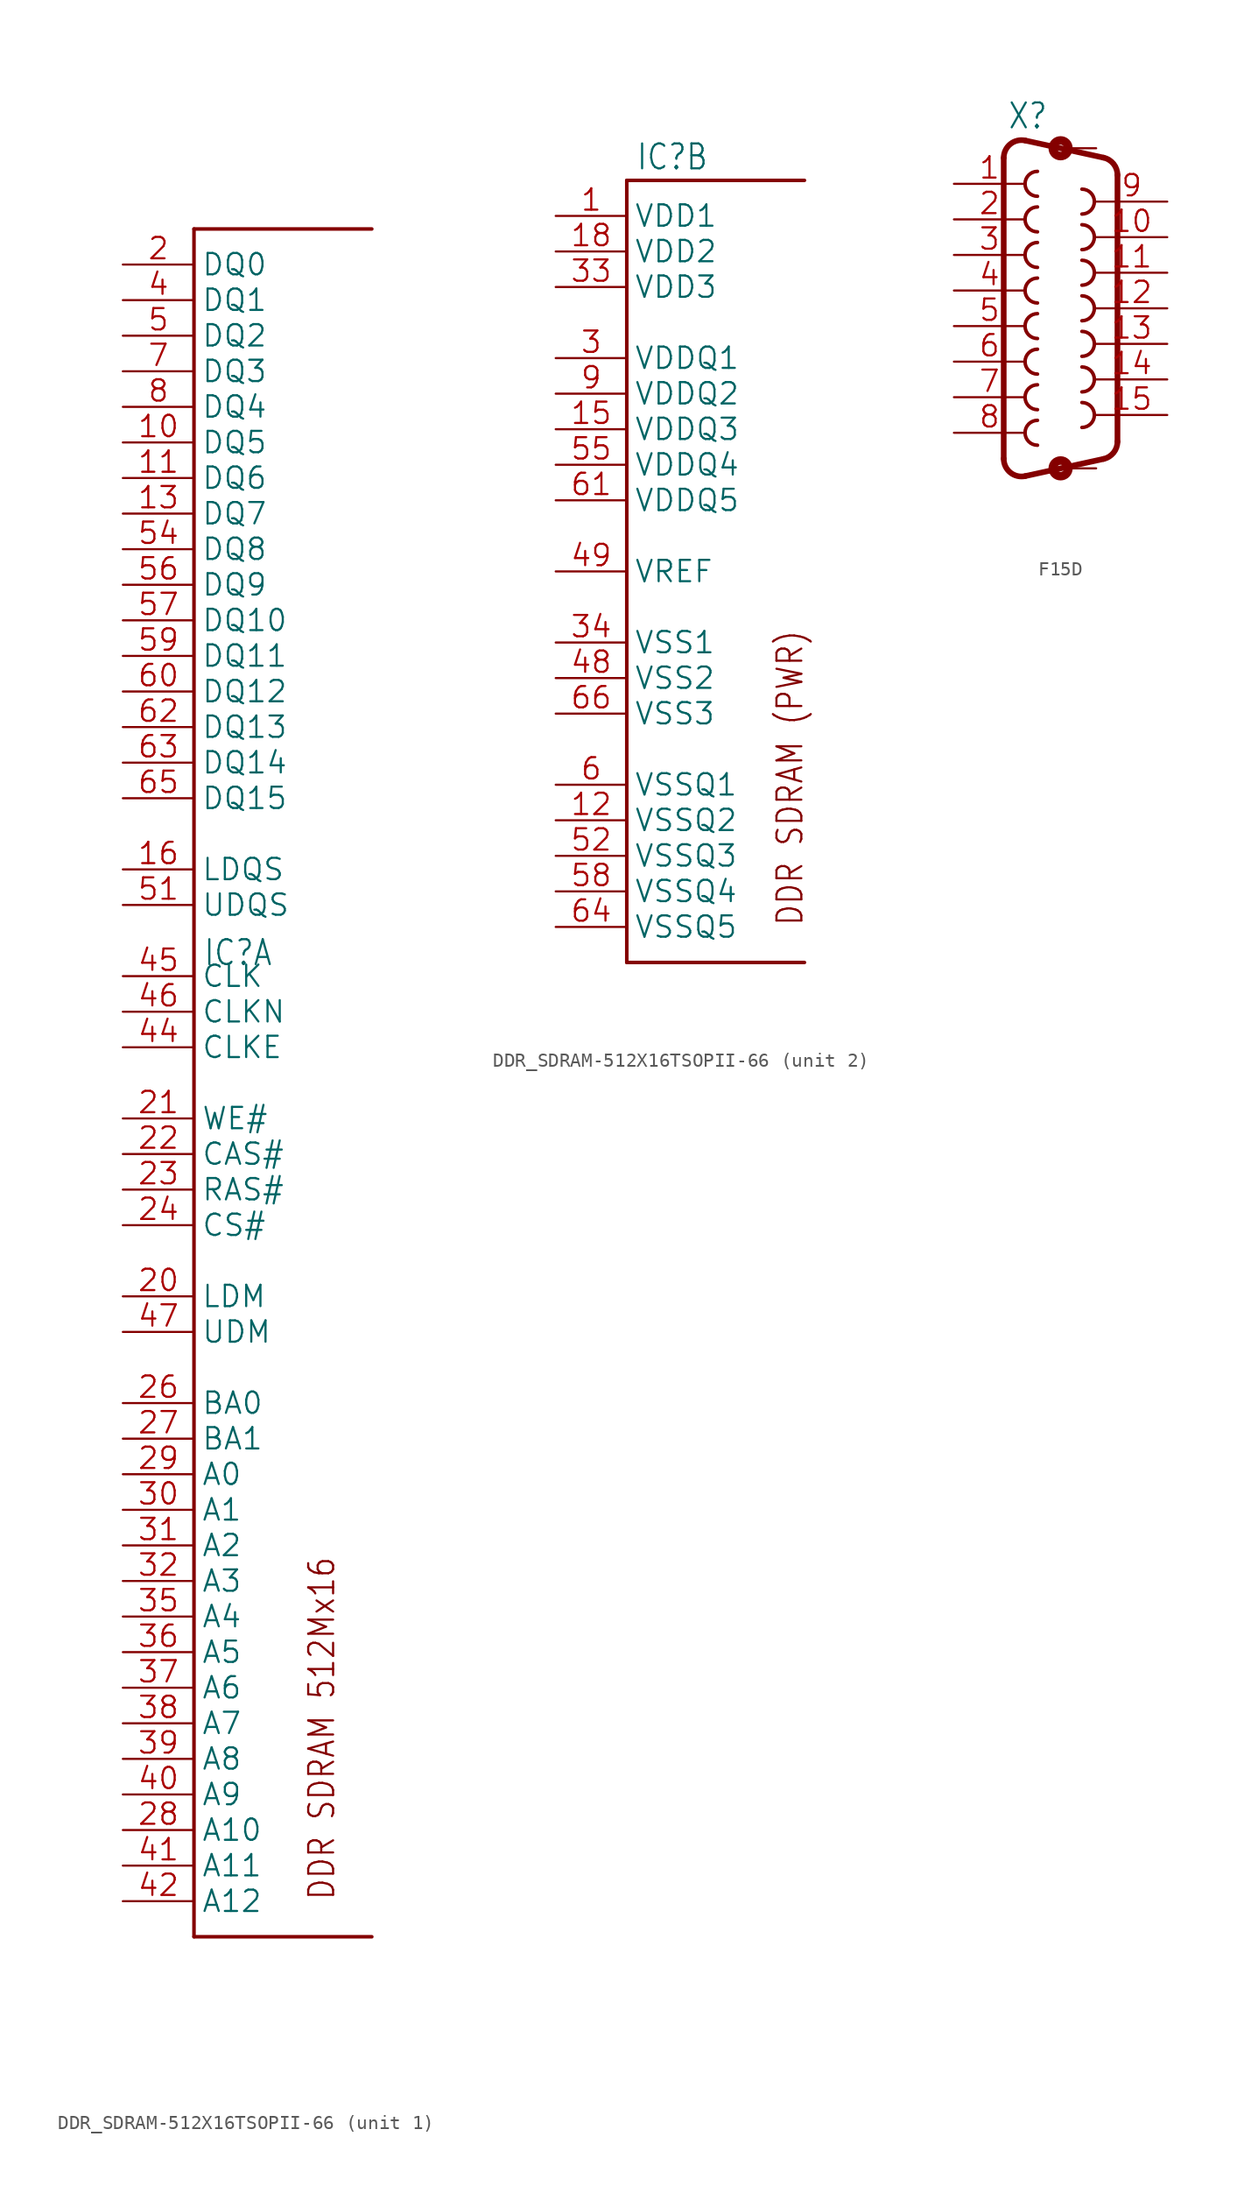
<source format=kicad_sym>
(kicad_symbol_lib
  (version 20241209)
  (generator "kicad_symbol_editor")
  (generator_version "9.0")
  (symbol "DDR_SDRAM-512X16TSOPII-66"
    (property "Reference" "IC"
      (at 0.635 28.575 0)
      (effects (font (size 1.778 1.511)) (justify left bottom)))
    (property "ki_locked" ""
      (at 0 0 0)
      (effects (font (size 1.27 1.27))))
    (symbol "DDR_SDRAM-512X16TSOPII-66_1_0"
      (polyline (pts (xy 0 81.28) (xy 0 -40.64)) (stroke (width 0.254) (type solid)) (fill (type none)))
      (polyline (pts (xy 0 -40.64) (xy 12.7 -40.64)) (stroke (width 0.254) (type solid)) (fill (type none)))
      (polyline (pts (xy 12.7 81.28) (xy 0 81.28)) (stroke (width 0.254) (type solid)) (fill (type none)))
      (text "DDR SDRAM 512Mx16" (at 10.16 -38.1 900) (effects (font (size 1.778 1.511)) (justify left bottom)))
      (pin bidirectional line (at -5.08 78.74 0) (length 5.08) (name "DQ0" (effects (font (size 1.524 1.524)))) (number "2" (effects (font (size 1.524 1.524)))))
      (pin bidirectional line (at -5.08 76.2 0) (length 5.08) (name "DQ1" (effects (font (size 1.524 1.524)))) (number "4" (effects (font (size 1.524 1.524)))))
      (pin bidirectional line (at -5.08 73.66 0) (length 5.08) (name "DQ2" (effects (font (size 1.524 1.524)))) (number "5" (effects (font (size 1.524 1.524)))))
      (pin bidirectional line (at -5.08 71.12 0) (length 5.08) (name "DQ3" (effects (font (size 1.524 1.524)))) (number "7" (effects (font (size 1.524 1.524)))))
      (pin bidirectional line (at -5.08 68.58 0) (length 5.08) (name "DQ4" (effects (font (size 1.524 1.524)))) (number "8" (effects (font (size 1.524 1.524)))))
      (pin bidirectional line (at -5.08 66.04 0) (length 5.08) (name "DQ5" (effects (font (size 1.524 1.524)))) (number "10" (effects (font (size 1.524 1.524)))))
      (pin bidirectional line (at -5.08 63.5 0) (length 5.08) (name "DQ6" (effects (font (size 1.524 1.524)))) (number "11" (effects (font (size 1.524 1.524)))))
      (pin bidirectional line (at -5.08 60.96 0) (length 5.08) (name "DQ7" (effects (font (size 1.524 1.524)))) (number "13" (effects (font (size 1.524 1.524)))))
      (pin bidirectional line (at -5.08 58.42 0) (length 5.08) (name "DQ8" (effects (font (size 1.524 1.524)))) (number "54" (effects (font (size 1.524 1.524)))))
      (pin bidirectional line (at -5.08 55.88 0) (length 5.08) (name "DQ9" (effects (font (size 1.524 1.524)))) (number "56" (effects (font (size 1.524 1.524)))))
      (pin bidirectional line (at -5.08 53.34 0) (length 5.08) (name "DQ10" (effects (font (size 1.524 1.524)))) (number "57" (effects (font (size 1.524 1.524)))))
      (pin bidirectional line (at -5.08 50.8 0) (length 5.08) (name "DQ11" (effects (font (size 1.524 1.524)))) (number "59" (effects (font (size 1.524 1.524)))))
      (pin bidirectional line (at -5.08 48.26 0) (length 5.08) (name "DQ12" (effects (font (size 1.524 1.524)))) (number "60" (effects (font (size 1.524 1.524)))))
      (pin bidirectional line (at -5.08 45.72 0) (length 5.08) (name "DQ13" (effects (font (size 1.524 1.524)))) (number "62" (effects (font (size 1.524 1.524)))))
      (pin bidirectional line (at -5.08 43.18 0) (length 5.08) (name "DQ14" (effects (font (size 1.524 1.524)))) (number "63" (effects (font (size 1.524 1.524)))))
      (pin bidirectional line (at -5.08 40.64 0) (length 5.08) (name "DQ15" (effects (font (size 1.524 1.524)))) (number "65" (effects (font (size 1.524 1.524)))))
      (pin bidirectional line (at -5.08 35.56 0) (length 5.08) (name "LDQS" (effects (font (size 1.524 1.524)))) (number "16" (effects (font (size 1.524 1.524)))))
      (pin bidirectional line (at -5.08 33.02 0) (length 5.08) (name "UDQS" (effects (font (size 1.524 1.524)))) (number "51" (effects (font (size 1.524 1.524)))))
      (pin bidirectional line (at -5.08 27.94 0) (length 5.08) (name "CLK" (effects (font (size 1.524 1.524)))) (number "45" (effects (font (size 1.524 1.524)))))
      (pin bidirectional line (at -5.08 25.4 0) (length 5.08) (name "CLKN" (effects (font (size 1.524 1.524)))) (number "46" (effects (font (size 1.524 1.524)))))
      (pin bidirectional line (at -5.08 22.86 0) (length 5.08) (name "CLKE" (effects (font (size 1.524 1.524)))) (number "44" (effects (font (size 1.524 1.524)))))
      (pin bidirectional line (at -5.08 17.78 0) (length 5.08) (name "WE#" (effects (font (size 1.524 1.524)))) (number "21" (effects (font (size 1.524 1.524)))))
      (pin bidirectional line (at -5.08 15.24 0) (length 5.08) (name "CAS#" (effects (font (size 1.524 1.524)))) (number "22" (effects (font (size 1.524 1.524)))))
      (pin bidirectional line (at -5.08 12.7 0) (length 5.08) (name "RAS#" (effects (font (size 1.524 1.524)))) (number "23" (effects (font (size 1.524 1.524)))))
      (pin bidirectional line (at -5.08 10.16 0) (length 5.08) (name "CS#" (effects (font (size 1.524 1.524)))) (number "24" (effects (font (size 1.524 1.524)))))
      (pin bidirectional line (at -5.08 5.08 0) (length 5.08) (name "LDM" (effects (font (size 1.524 1.524)))) (number "20" (effects (font (size 1.524 1.524)))))
      (pin bidirectional line (at -5.08 2.54 0) (length 5.08) (name "UDM" (effects (font (size 1.524 1.524)))) (number "47" (effects (font (size 1.524 1.524)))))
      (pin bidirectional line (at -5.08 -2.54 0) (length 5.08) (name "BA0" (effects (font (size 1.524 1.524)))) (number "26" (effects (font (size 1.524 1.524)))))
      (pin bidirectional line (at -5.08 -5.08 0) (length 5.08) (name "BA1" (effects (font (size 1.524 1.524)))) (number "27" (effects (font (size 1.524 1.524)))))
      (pin bidirectional line (at -5.08 -7.62 0) (length 5.08) (name "A0" (effects (font (size 1.524 1.524)))) (number "29" (effects (font (size 1.524 1.524)))))
      (pin bidirectional line (at -5.08 -10.16 0) (length 5.08) (name "A1" (effects (font (size 1.524 1.524)))) (number "30" (effects (font (size 1.524 1.524)))))
      (pin bidirectional line (at -5.08 -12.7 0) (length 5.08) (name "A2" (effects (font (size 1.524 1.524)))) (number "31" (effects (font (size 1.524 1.524)))))
      (pin bidirectional line (at -5.08 -15.24 0) (length 5.08) (name "A3" (effects (font (size 1.524 1.524)))) (number "32" (effects (font (size 1.524 1.524)))))
      (pin bidirectional line (at -5.08 -17.78 0) (length 5.08) (name "A4" (effects (font (size 1.524 1.524)))) (number "35" (effects (font (size 1.524 1.524)))))
      (pin bidirectional line (at -5.08 -20.32 0) (length 5.08) (name "A5" (effects (font (size 1.524 1.524)))) (number "36" (effects (font (size 1.524 1.524)))))
      (pin bidirectional line (at -5.08 -22.86 0) (length 5.08) (name "A6" (effects (font (size 1.524 1.524)))) (number "37" (effects (font (size 1.524 1.524)))))
      (pin bidirectional line (at -5.08 -25.4 0) (length 5.08) (name "A7" (effects (font (size 1.524 1.524)))) (number "38" (effects (font (size 1.524 1.524)))))
      (pin bidirectional line (at -5.08 -27.94 0) (length 5.08) (name "A8" (effects (font (size 1.524 1.524)))) (number "39" (effects (font (size 1.524 1.524)))))
      (pin bidirectional line (at -5.08 -30.48 0) (length 5.08) (name "A9" (effects (font (size 1.524 1.524)))) (number "40" (effects (font (size 1.524 1.524)))))
      (pin bidirectional line (at -5.08 -33.02 0) (length 5.08) (name "A10" (effects (font (size 1.524 1.524)))) (number "28" (effects (font (size 1.524 1.524)))))
      (pin bidirectional line (at -5.08 -35.56 0) (length 5.08) (name "A11" (effects (font (size 1.524 1.524)))) (number "41" (effects (font (size 1.524 1.524)))))
      (pin bidirectional line (at -5.08 -38.1 0) (length 5.08) (name "A12" (effects (font (size 1.524 1.524)))) (number "42" (effects (font (size 1.524 1.524))))))
    (symbol "DDR_SDRAM-512X16TSOPII-66_2_0"
      (polyline (pts (xy 0 27.94) (xy 12.7 27.94)) (stroke (width 0.254) (type solid)) (fill (type none)))
      (polyline (pts (xy 0 -27.94) (xy 0 27.94)) (stroke (width 0.254) (type solid)) (fill (type none)))
      (polyline (pts (xy 0 -27.94) (xy 12.7 -27.94)) (stroke (width 0.254) (type solid)) (fill (type none)))
      (text "DDR SDRAM (PWR)" (at 12.7 -25.4 900) (effects (font (size 1.778 1.511)) (justify left bottom)))
      (pin bidirectional line (at -5.08 25.4 0) (length 5.08) (name "VDD1" (effects (font (size 1.524 1.524)))) (number "1" (effects (font (size 1.524 1.524)))))
      (pin bidirectional line (at -5.08 22.86 0) (length 5.08) (name "VDD2" (effects (font (size 1.524 1.524)))) (number "18" (effects (font (size 1.524 1.524)))))
      (pin bidirectional line (at -5.08 20.32 0) (length 5.08) (name "VDD3" (effects (font (size 1.524 1.524)))) (number "33" (effects (font (size 1.524 1.524)))))
      (pin bidirectional line (at -5.08 15.24 0) (length 5.08) (name "VDDQ1" (effects (font (size 1.524 1.524)))) (number "3" (effects (font (size 1.524 1.524)))))
      (pin bidirectional line (at -5.08 12.7 0) (length 5.08) (name "VDDQ2" (effects (font (size 1.524 1.524)))) (number "9" (effects (font (size 1.524 1.524)))))
      (pin bidirectional line (at -5.08 10.16 0) (length 5.08) (name "VDDQ3" (effects (font (size 1.524 1.524)))) (number "15" (effects (font (size 1.524 1.524)))))
      (pin bidirectional line (at -5.08 7.62 0) (length 5.08) (name "VDDQ4" (effects (font (size 1.524 1.524)))) (number "55" (effects (font (size 1.524 1.524)))))
      (pin bidirectional line (at -5.08 5.08 0) (length 5.08) (name "VDDQ5" (effects (font (size 1.524 1.524)))) (number "61" (effects (font (size 1.524 1.524)))))
      (pin bidirectional line (at -5.08 0 0) (length 5.08) (name "VREF" (effects (font (size 1.524 1.524)))) (number "49" (effects (font (size 1.524 1.524)))))
      (pin bidirectional line (at -5.08 -5.08 0) (length 5.08) (name "VSS1" (effects (font (size 1.524 1.524)))) (number "34" (effects (font (size 1.524 1.524)))))
      (pin bidirectional line (at -5.08 -7.62 0) (length 5.08) (name "VSS2" (effects (font (size 1.524 1.524)))) (number "48" (effects (font (size 1.524 1.524)))))
      (pin bidirectional line (at -5.08 -10.16 0) (length 5.08) (name "VSS3" (effects (font (size 1.524 1.524)))) (number "66" (effects (font (size 1.524 1.524)))))
      (pin bidirectional line (at -5.08 -15.24 0) (length 5.08) (name "VSSQ1" (effects (font (size 1.524 1.524)))) (number "6" (effects (font (size 1.524 1.524)))))
      (pin bidirectional line (at -5.08 -17.78 0) (length 5.08) (name "VSSQ2" (effects (font (size 1.524 1.524)))) (number "12" (effects (font (size 1.524 1.524)))))
      (pin bidirectional line (at -5.08 -20.32 0) (length 5.08) (name "VSSQ3" (effects (font (size 1.524 1.524)))) (number "52" (effects (font (size 1.524 1.524)))))
      (pin bidirectional line (at -5.08 -22.86 0) (length 5.08) (name "VSSQ4" (effects (font (size 1.524 1.524)))) (number "58" (effects (font (size 1.524 1.524)))))
      (pin bidirectional line (at -5.08 -25.4 0) (length 5.08) (name "VSSQ5" (effects (font (size 1.524 1.524)))) (number "64" (effects (font (size 1.524 1.524)))))))
  (symbol "F15D"
    (property "Reference" "X"
      (at -3.81 11.43 0)
      (effects (font (size 1.778 1.511)) (justify left bottom)))
    (property "Value" ""
      (at -4.445 -15.875 0)
      (effects (font (size 1.778 1.511)) (justify left bottom)))
    (property "ki_locked" ""
      (at 0 0 0)
      (effects (font (size 1.27 1.27))))
    (symbol "F15D_1_0"
      (polyline (pts (xy -4.064 -12.011) (xy -4.064 9.471)) (stroke (width 0.406) (type solid)) (fill (type none)))
      (arc (start -2.5225 -13.252) (mid -3.5903 -13.0006) (end -4.064 -12.0112) (stroke (width 0.4064) (type solid)) (fill (type none)))
      (arc (start -4.064 9.4712) (mid -3.5902 10.4605) (end -2.5225 10.7119) (stroke (width 0.4064) (type solid)) (fill (type none)))
      (polyline (pts (xy -2.523 10.712) (xy 3.065 9.489)) (stroke (width 0.406) (type solid)) (fill (type none)))
      (polyline (pts (xy -2.523 -13.252) (xy 3.065 -12.029)) (stroke (width 0.406) (type solid)) (fill (type none)))
      (arc (start -1.651 6.731) (mid -2.54 7.62) (end -1.651 8.509) (stroke (width 0.254) (type solid)) (fill (type none)))
      (arc (start -1.651 4.191) (mid -2.54 5.08) (end -1.651 5.969) (stroke (width 0.254) (type solid)) (fill (type none)))
      (arc (start -1.651 1.651) (mid -2.54 2.54) (end -1.651 3.429) (stroke (width 0.254) (type solid)) (fill (type none)))
      (arc (start -1.651 -0.889) (mid -2.54 0) (end -1.651 0.889) (stroke (width 0.254) (type solid)) (fill (type none)))
      (arc (start -1.651 -3.429) (mid -2.54 -2.54) (end -1.651 -1.651) (stroke (width 0.254) (type solid)) (fill (type none)))
      (arc (start -1.651 -5.969) (mid -2.54 -5.08) (end -1.651 -4.191) (stroke (width 0.254) (type solid)) (fill (type none)))
      (arc (start -1.651 -8.509) (mid -2.54 -7.62) (end -1.651 -6.731) (stroke (width 0.254) (type solid)) (fill (type none)))
      (arc (start -1.651 -11.049) (mid -2.54 -10.16) (end -1.651 -9.271) (stroke (width 0.254) (type solid)) (fill (type none)))
      (circle (center 0 10.16) (radius 0.254) (stroke (width 0.61) (type solid)) (fill (type none)))
      (circle (center 0 -12.7) (radius 0.254) (stroke (width 0.61) (type solid)) (fill (type none)))
      (arc (start 1.524 7.239) (mid 2.413 6.35) (end 1.524 5.461) (stroke (width 0.254) (type solid)) (fill (type none)))
      (arc (start 1.524 4.699) (mid 2.413 3.81) (end 1.524 2.921) (stroke (width 0.254) (type solid)) (fill (type none)))
      (arc (start 1.524 2.159) (mid 2.413 1.27) (end 1.524 0.381) (stroke (width 0.254) (type solid)) (fill (type none)))
      (arc (start 1.524 -0.381) (mid 2.413 -1.27) (end 1.524 -2.159) (stroke (width 0.254) (type solid)) (fill (type none)))
      (arc (start 1.524 -2.921) (mid 2.413 -3.81) (end 1.524 -4.699) (stroke (width 0.254) (type solid)) (fill (type none)))
      (arc (start 1.524 -5.461) (mid 2.413 -6.35) (end 1.524 -7.239) (stroke (width 0.254) (type solid)) (fill (type none)))
      (arc (start 1.524 -8.001) (mid 2.413 -8.89) (end 1.524 -9.779) (stroke (width 0.254) (type solid)) (fill (type none)))
      (polyline (pts (xy 2.54 10.16) (xy 0 10.16)) (stroke (width 0.152) (type solid)) (fill (type none)))
      (polyline (pts (xy 2.54 -12.7) (xy 0 -12.7)) (stroke (width 0.152) (type solid)) (fill (type none)))
      (arc (start 4.064 -10.7887) (mid 3.7833 -11.585) (end 3.0654 -12.0294) (stroke (width 0.4064) (type solid)) (fill (type none)))
      (arc (start 3.0654 9.4895) (mid 3.7834 9.0452) (end 4.0642 8.2488) (stroke (width 0.4064) (type solid)) (fill (type none)))
      (polyline (pts (xy 4.064 -10.789) (xy 4.064 8.249)) (stroke (width 0.406) (type solid)) (fill (type none)))
      (pin passive line (at -7.62 7.62 0) (length 5.08) (name "1" (effects (font (size 0 0)))) (number "1" (effects (font (size 1.524 1.524)))))
      (pin passive line (at -7.62 5.08 0) (length 5.08) (name "2" (effects (font (size 0 0)))) (number "2" (effects (font (size 1.524 1.524)))))
      (pin passive line (at -7.62 2.54 0) (length 5.08) (name "3" (effects (font (size 0 0)))) (number "3" (effects (font (size 1.524 1.524)))))
      (pin passive line (at -7.62 0 0) (length 5.08) (name "4" (effects (font (size 0 0)))) (number "4" (effects (font (size 1.524 1.524)))))
      (pin passive line (at -7.62 -2.54 0) (length 5.08) (name "5" (effects (font (size 0 0)))) (number "5" (effects (font (size 1.524 1.524)))))
      (pin passive line (at -7.62 -5.08 0) (length 5.08) (name "6" (effects (font (size 0 0)))) (number "6" (effects (font (size 1.524 1.524)))))
      (pin passive line (at -7.62 -7.62 0) (length 5.08) (name "7" (effects (font (size 0 0)))) (number "7" (effects (font (size 1.524 1.524)))))
      (pin passive line (at -7.62 -10.16 0) (length 5.08) (name "8" (effects (font (size 0 0)))) (number "8" (effects (font (size 1.524 1.524)))))
      (pin passive line (at 7.62 6.35 180) (length 5.08) (name "9" (effects (font (size 0 0)))) (number "9" (effects (font (size 1.524 1.524)))))
      (pin passive line (at 7.62 3.81 180) (length 5.08) (name "10" (effects (font (size 0 0)))) (number "10" (effects (font (size 1.524 1.524)))))
      (pin passive line (at 7.62 1.27 180) (length 5.08) (name "11" (effects (font (size 0 0)))) (number "11" (effects (font (size 1.524 1.524)))))
      (pin passive line (at 7.62 -1.27 180) (length 5.08) (name "12" (effects (font (size 0 0)))) (number "12" (effects (font (size 1.524 1.524)))))
      (pin passive line (at 7.62 -3.81 180) (length 5.08) (name "13" (effects (font (size 0 0)))) (number "13" (effects (font (size 1.524 1.524)))))
      (pin passive line (at 7.62 -6.35 180) (length 5.08) (name "14" (effects (font (size 0 0)))) (number "14" (effects (font (size 1.524 1.524)))))
      (pin passive line (at 7.62 -8.89 180) (length 5.08) (name "15" (effects (font (size 0 0)))) (number "15" (effects (font (size 1.524 1.524))))))))
</source>
